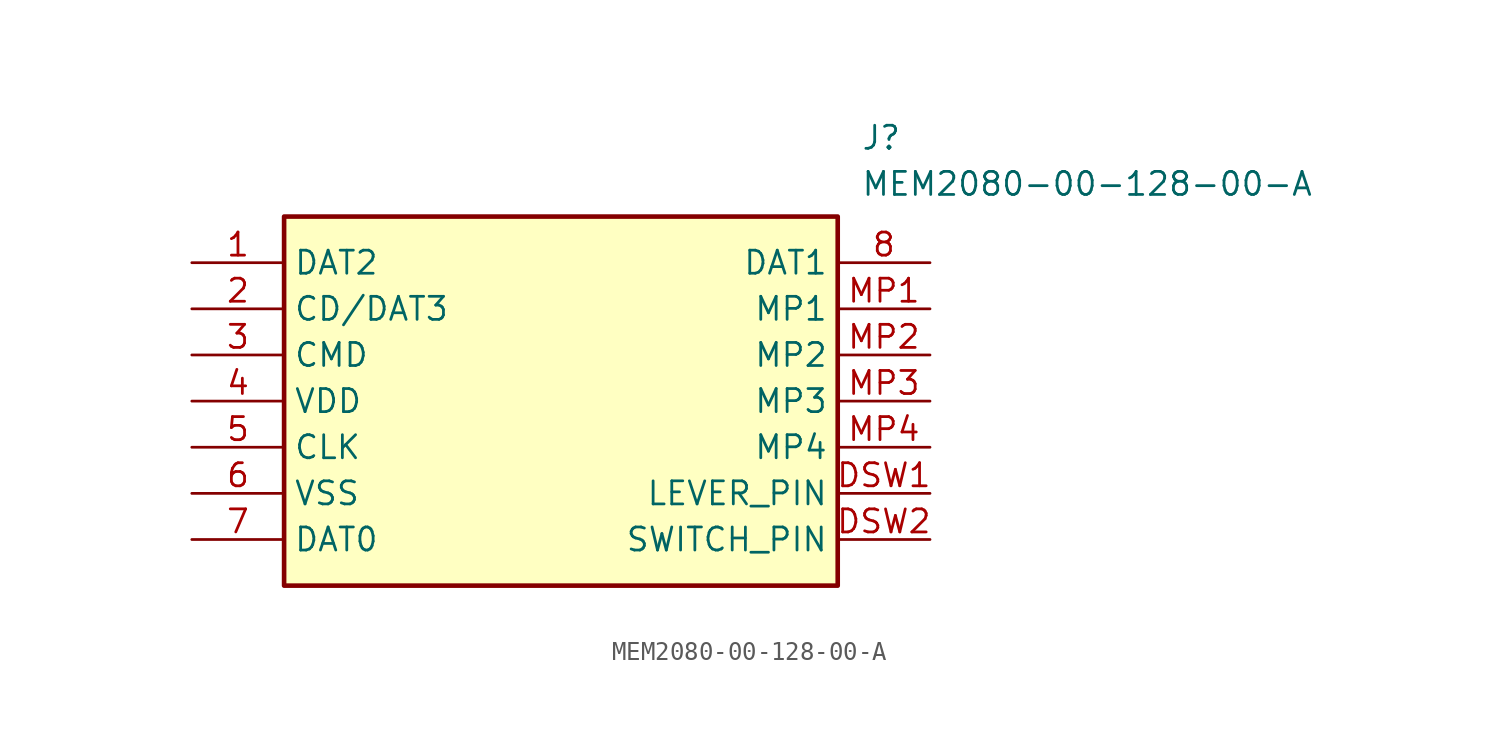
<source format=kicad_sym>
(kicad_symbol_lib
  (version 20211014)
  (generator SamacSys_ECAD_Model)
  (symbol "MEM2080-00-128-00-A"
    (property "Reference" "J"
      (at 36.83 7.62 0)
      (effects (font (size 1.27 1.27)) (justify left top)))
    (property "Value" "MEM2080-00-128-00-A"
      (at 36.83 5.08 0)
      (effects (font (size 1.27 1.27)) (justify left top)))
    (rectangle
      (start 5.08 2.54)
      (end 35.56 -17.78)
      (stroke (width 0.254) (type default))
      (fill (type background)))
    (pin passive line
      (at 0 0 0)
      (length 5.08)
      (name "DAT2" (effects (font (size 1.27 1.27))))
      (number "1" (effects (font (size 1.27 1.27)))))
    (pin passive line
      (at 0 -2.54 0)
      (length 5.08)
      (name "CD/DAT3" (effects (font (size 1.27 1.27))))
      (number "2" (effects (font (size 1.27 1.27)))))
    (pin passive line
      (at 0 -5.08 0)
      (length 5.08)
      (name "CMD" (effects (font (size 1.27 1.27))))
      (number "3" (effects (font (size 1.27 1.27)))))
    (pin passive line
      (at 0 -7.62 0)
      (length 5.08)
      (name "VDD" (effects (font (size 1.27 1.27))))
      (number "4" (effects (font (size 1.27 1.27)))))
    (pin passive line
      (at 0 -10.16 0)
      (length 5.08)
      (name "CLK" (effects (font (size 1.27 1.27))))
      (number "5" (effects (font (size 1.27 1.27)))))
    (pin passive line
      (at 0 -12.7 0)
      (length 5.08)
      (name "VSS" (effects (font (size 1.27 1.27))))
      (number "6" (effects (font (size 1.27 1.27)))))
    (pin passive line
      (at 0 -15.24 0)
      (length 5.08)
      (name "DAT0" (effects (font (size 1.27 1.27))))
      (number "7" (effects (font (size 1.27 1.27)))))
    (pin passive line
      (at 40.64 0 180)
      (length 5.08)
      (name "DAT1" (effects (font (size 1.27 1.27))))
      (number "8" (effects (font (size 1.27 1.27)))))
    (pin passive line
      (at 40.64 -2.54 180)
      (length 5.08)
      (name "MP1" (effects (font (size 1.27 1.27))))
      (number "MP1" (effects (font (size 1.27 1.27)))))
    (pin passive line
      (at 40.64 -5.08 180)
      (length 5.08)
      (name "MP2" (effects (font (size 1.27 1.27))))
      (number "MP2" (effects (font (size 1.27 1.27)))))
    (pin passive line
      (at 40.64 -7.62 180)
      (length 5.08)
      (name "MP3" (effects (font (size 1.27 1.27))))
      (number "MP3" (effects (font (size 1.27 1.27)))))
    (pin passive line
      (at 40.64 -10.16 180)
      (length 5.08)
      (name "MP4" (effects (font (size 1.27 1.27))))
      (number "MP4" (effects (font (size 1.27 1.27)))))
    (pin passive line
      (at 40.64 -12.7 180)
      (length 5.08)
      (name "LEVER_PIN" (effects (font (size 1.27 1.27))))
      (number "DSW1" (effects (font (size 1.27 1.27)))))
    (pin passive line
      (at 40.64 -15.24 180)
      (length 5.08)
      (name "SWITCH_PIN" (effects (font (size 1.27 1.27))))
      (number "DSW2" (effects (font (size 1.27 1.27)))))))
</source>
